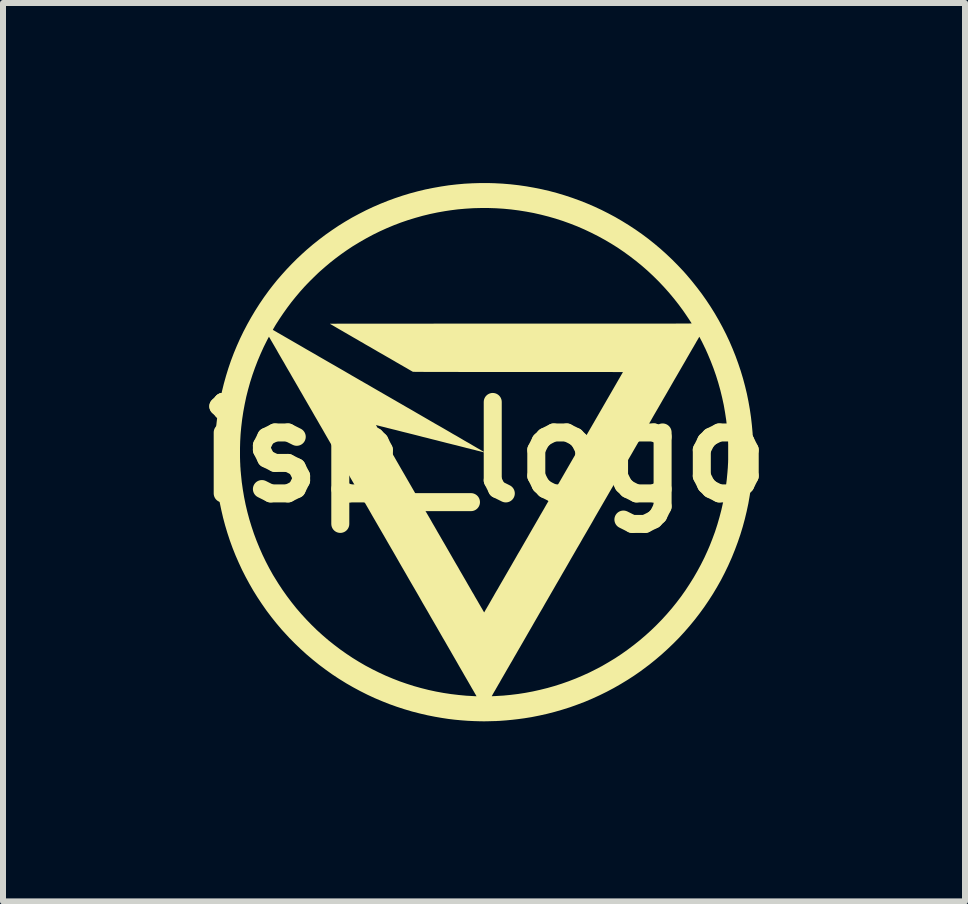
<source format=kicad_pcb>
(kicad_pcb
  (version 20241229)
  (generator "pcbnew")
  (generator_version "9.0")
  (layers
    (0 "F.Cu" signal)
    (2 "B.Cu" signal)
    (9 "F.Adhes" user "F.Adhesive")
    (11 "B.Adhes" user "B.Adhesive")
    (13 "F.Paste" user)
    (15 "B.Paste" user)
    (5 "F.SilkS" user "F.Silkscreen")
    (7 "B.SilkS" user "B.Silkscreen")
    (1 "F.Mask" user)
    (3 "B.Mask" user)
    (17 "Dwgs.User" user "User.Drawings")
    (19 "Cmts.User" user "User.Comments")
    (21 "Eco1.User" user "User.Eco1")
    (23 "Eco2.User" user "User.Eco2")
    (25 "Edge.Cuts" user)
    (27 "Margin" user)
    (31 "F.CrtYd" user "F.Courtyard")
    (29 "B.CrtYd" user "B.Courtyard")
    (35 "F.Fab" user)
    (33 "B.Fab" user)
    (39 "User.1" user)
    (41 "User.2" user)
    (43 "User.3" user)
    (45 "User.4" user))
  (footprint "isp_logo"
    (layer "F.Cu")
    (at 5.015 4.482)
    (property "Reference" "isp_logo" (at 0 0 0) (layer "F.SilkS") (effects (font (size 1.524 1.524) (thickness 0.3))))
    (attr board_only exclude_from_pos_files exclude_from_bom)
    (fp_poly (pts (xy 0.072 -4.482) (xy 0.176 -4.479) (xy 0.31 -4.472) (xy 0.442 -4.461) (xy 0.575 -4.446) (xy 0.706 -4.427) (xy 0.836 -4.404) (xy 0.965 -4.378) (xy 1.094 -4.348) (xy 1.221 -4.314) (xy 1.347 -4.276) (xy 1.471 -4.235) (xy 1.595 -4.19) (xy 1.716 -4.142) (xy 1.837 -4.09) (xy 1.955 -4.035) (xy 2.072 -3.976) (xy 2.188 -3.914) (xy 2.301 -3.848) (xy 2.413 -3.779) (xy 2.523 -3.707) (xy 2.63 -3.632) (xy 2.736 -3.553) (xy 2.839 -3.471) (xy 2.94 -3.386) (xy 3.039 -3.297) (xy 3.135 -3.206) (xy 3.229 -3.111) (xy 3.321 -3.014) (xy 3.375 -2.953) (xy 3.461 -2.851) (xy 3.544 -2.747) (xy 3.624 -2.642) (xy 3.701 -2.533) (xy 3.774 -2.423) (xy 3.844 -2.311) (xy 3.91 -2.197) (xy 3.973 -2.081) (xy 4.033 -1.963) (xy 4.089 -1.844) (xy 4.141 -1.723) (xy 4.19 -1.601) (xy 4.235 -1.477) (xy 4.277 -1.352) (xy 4.315 -1.226) (xy 4.349 -1.099) (xy 4.38 -0.97) (xy 4.406 -0.841) (xy 4.429 -0.711) (xy 4.448 -0.58) (xy 4.463 -0.448) (xy 4.475 -0.315) (xy 4.476 -0.293) (xy 4.478 -0.269) (xy 4.479 -0.248) (xy 4.48 -0.229) (xy 4.481 -0.21) (xy 4.482 -0.193) (xy 4.482 -0.175) (xy 4.483 -0.156) (xy 4.483 -0.137) (xy 4.484 -0.115) (xy 4.484 -0.091) (xy 4.484 -0.065) (xy 4.485 -0.04) (xy 4.485 0.006) (xy 4.485 0.049) (xy 4.485 0.09) (xy 4.484 0.128) (xy 4.483 0.165) (xy 4.482 0.202) (xy 4.48 0.239) (xy 4.478 0.276) (xy 4.475 0.315) (xy 4.474 0.326) (xy 4.462 0.46) (xy 4.447 0.594) (xy 4.427 0.726) (xy 4.404 0.858) (xy 4.376 0.989) (xy 4.345 1.118) (xy 4.31 1.247) (xy 4.271 1.375) (xy 4.228 1.501) (xy 4.181 1.627) (xy 4.131 1.751) (xy 4.121 1.774) (xy 4.067 1.895) (xy 4.009 2.015) (xy 3.948 2.133) (xy 3.883 2.248) (xy 3.815 2.362) (xy 3.743 2.474) (xy 3.669 2.583) (xy 3.591 2.69) (xy 3.51 2.795) (xy 3.426 2.897) (xy 3.339 2.997) (xy 3.249 3.095) (xy 3.156 3.189) (xy 3.06 3.281) (xy 2.961 3.371) (xy 2.86 3.457) (xy 2.756 3.541) (xy 2.649 3.621) (xy 2.612 3.649) (xy 2.502 3.725) (xy 2.391 3.797) (xy 2.277 3.866) (xy 2.162 3.932) (xy 2.045 3.994) (xy 1.925 4.053) (xy 1.805 4.108) (xy 1.683 4.16) (xy 1.559 4.207) (xy 1.434 4.252) (xy 1.307 4.292) (xy 1.179 4.329) (xy 1.051 4.362) (xy 0.921 4.391) (xy 0.79 4.417) (xy 0.678 4.435) (xy 0.576 4.449) (xy 0.473 4.461) (xy 0.369 4.471) (xy 0.263 4.479) (xy 0.217 4.481) (xy 0.207 4.482) (xy 0.194 4.482) (xy 0.179 4.483) (xy 0.162 4.483) (xy 0.143 4.484) (xy 0.123 4.484) (xy 0.103 4.485) (xy 0.083 4.485) (xy 0.064 4.486) (xy 0.046 4.486) (xy 0.029 4.486) (xy 0.014 4.487) (xy 0.002 4.487) (xy -0.008 4.487) (xy -0.014 4.487) (xy -0.014 4.487) (xy -0.02 4.487) (xy -0.028 4.486) (xy -0.039 4.486) (xy -0.051 4.486) (xy -0.063 4.486) (xy -0.166 4.483) (xy -0.272 4.478) (xy -0.379 4.47) (xy -0.486 4.46) (xy -0.594 4.447) (xy -0.7 4.431) (xy -0.804 4.413) (xy -0.811 4.412) (xy -0.942 4.386) (xy -1.071 4.356) (xy -1.2 4.323) (xy -1.328 4.285) (xy -1.454 4.244) (xy -1.58 4.199) (xy -1.703 4.15) (xy -1.826 4.098) (xy -1.946 4.042) (xy -2.065 3.982) (xy -2.182 3.919) (xy -2.297 3.853) (xy -2.308 3.846) (xy -2.421 3.776) (xy -2.533 3.702) (xy -2.642 3.624) (xy -2.749 3.544) (xy -2.853 3.46) (xy -2.955 3.374) (xy -3.054 3.284) (xy -3.151 3.191) (xy -3.245 3.096) (xy -3.336 2.997) (xy -3.376 2.953) (xy -3.462 2.851) (xy -3.545 2.747) (xy -3.625 2.641) (xy -3.701 2.532) (xy -3.774 2.422) (xy -3.844 2.31) (xy -3.91 2.195) (xy -3.973 2.079) (xy -4.033 1.961) (xy -4.088 1.842) (xy -4.141 1.721) (xy -4.19 1.598) (xy -4.235 1.474) (xy -4.276 1.349) (xy -4.314 1.222) (xy -4.348 1.094) (xy -4.378 0.965) (xy -4.405 0.836) (xy -4.428 0.705) (xy -4.446 0.573) (xy -4.461 0.441) (xy -4.469 0.353) (xy -4.478 0.222) (xy -4.482 0.09) (xy -4.482 0.002) (xy -4.066 0.002) (xy -4.066 0.047) (xy -4.066 0.088) (xy -4.065 0.127) (xy -4.064 0.164) (xy -4.062 0.2) (xy -4.061 0.236) (xy -4.058 0.272) (xy -4.056 0.309) (xy -4.052 0.348) (xy -4.05 0.372) (xy -4.037 0.499) (xy -4.019 0.625) (xy -3.998 0.75) (xy -3.973 0.874) (xy -3.944 0.997) (xy -3.911 1.12) (xy -3.874 1.241) (xy -3.834 1.361) (xy -3.79 1.479) (xy -3.742 1.596) (xy -3.691 1.712) (xy -3.636 1.826) (xy -3.577 1.939) (xy -3.515 2.05) (xy -3.494 2.084) (xy -3.427 2.192) (xy -3.357 2.298) (xy -3.284 2.401) (xy -3.208 2.502) (xy -3.129 2.601) (xy -3.047 2.696) (xy -2.962 2.789) (xy -2.875 2.879) (xy -2.785 2.967) (xy -2.692 3.051) (xy -2.597 3.133) (xy -2.499 3.211) (xy -2.399 3.287) (xy -2.297 3.359) (xy -2.192 3.429) (xy -2.085 3.495) (xy -1.977 3.558) (xy -1.866 3.617) (xy -1.753 3.673) (xy -1.639 3.726) (xy -1.522 3.775) (xy -1.404 3.821) (xy -1.291 3.86) (xy -1.17 3.899) (xy -1.048 3.933) (xy -0.925 3.964) (xy -0.8 3.991) (xy -0.675 4.014) (xy -0.549 4.033) (xy -0.422 4.048) (xy -0.295 4.06) (xy -0.167 4.067) (xy -0.166 4.067) (xy -0.154 4.068) (xy -0.144 4.068) (xy -0.135 4.069) (xy -0.13 4.069) (xy -0.127 4.069) (xy -0.126 4.068) (xy -0.126 4.067) (xy -0.126 4.066) (xy 0.129 4.066) (xy 0.13 4.068) (xy 0.135 4.068) (xy 0.14 4.068) (xy 0.146 4.068) (xy 0.155 4.067) (xy 0.166 4.067) (xy 0.179 4.066) (xy 0.193 4.066) (xy 0.201 4.065) (xy 0.323 4.058) (xy 0.446 4.046) (xy 0.569 4.031) (xy 0.691 4.012) (xy 0.813 3.989) (xy 0.934 3.962) (xy 1.055 3.932) (xy 1.175 3.898) (xy 1.294 3.86) (xy 1.411 3.819) (xy 1.527 3.774) (xy 1.642 3.725) (xy 1.755 3.674) (xy 1.866 3.618) (xy 1.965 3.566) (xy 2.075 3.502) (xy 2.184 3.436) (xy 2.29 3.366) (xy 2.393 3.293) (xy 2.494 3.217) (xy 2.593 3.138) (xy 2.688 3.057) (xy 2.782 2.972) (xy 2.872 2.885) (xy 2.96 2.795) (xy 3.045 2.702) (xy 3.127 2.607) (xy 3.206 2.509) (xy 3.282 2.409) (xy 3.355 2.306) (xy 3.424 2.201) (xy 3.491 2.094) (xy 3.554 1.985) (xy 3.614 1.874) (xy 3.671 1.761) (xy 3.724 1.645) (xy 3.759 1.564) (xy 3.805 1.447) (xy 3.849 1.328) (xy 3.888 1.207) (xy 3.923 1.086) (xy 3.955 0.963) (xy 3.983 0.839) (xy 4.007 0.715) (xy 4.028 0.589) (xy 4.044 0.463) (xy 4.056 0.337) (xy 4.06 0.285) (xy 4.062 0.262) (xy 4.063 0.241) (xy 4.064 0.222) (xy 4.065 0.203) (xy 4.066 0.185) (xy 4.067 0.167) (xy 4.067 0.149) (xy 4.068 0.129) (xy 4.068 0.108) (xy 4.068 0.085) (xy 4.068 0.059) (xy 4.068 0.031) (xy 4.068 0.002) (xy 4.068 -0.03) (xy 4.068 -0.058) (xy 4.068 -0.084) (xy 4.068 -0.106) (xy 4.068 -0.127) (xy 4.067 -0.147) (xy 4.067 -0.165) (xy 4.066 -0.183) (xy 4.065 -0.201) (xy 4.064 -0.22) (xy 4.063 -0.239) (xy 4.062 -0.26) (xy 4.06 -0.28) (xy 4.05 -0.407) (xy 4.035 -0.534) (xy 4.016 -0.659) (xy 3.994 -0.785) (xy 3.967 -0.909) (xy 3.937 -1.032) (xy 3.903 -1.154) (xy 3.865 -1.276) (xy 3.823 -1.396) (xy 3.777 -1.515) (xy 3.728 -1.632) (xy 3.707 -1.679) (xy 3.7 -1.695) (xy 3.692 -1.713) (xy 3.683 -1.732) (xy 3.673 -1.751) (xy 3.664 -1.771) (xy 3.654 -1.791) (xy 3.644 -1.811) (xy 3.635 -1.83) (xy 3.626 -1.848) (xy 3.617 -1.864) (xy 3.609 -1.88) (xy 3.602 -1.893) (xy 3.597 -1.904) (xy 3.592 -1.912) (xy 3.588 -1.918) (xy 3.587 -1.92) (xy 3.586 -1.92) (xy 3.585 -1.918) (xy 3.582 -1.913) (xy 3.578 -1.905) (xy 3.571 -1.893) (xy 3.562 -1.878) (xy 3.552 -1.86) (xy 3.539 -1.839) (xy 3.526 -1.815) (xy 3.51 -1.788) (xy 3.493 -1.758) (xy 3.474 -1.726) (xy 3.453 -1.69) (xy 3.431 -1.652) (xy 3.408 -1.612) (xy 3.383 -1.569) (xy 3.357 -1.523) (xy 3.329 -1.475) (xy 3.3 -1.425) (xy 3.27 -1.373) (xy 3.238 -1.318) (xy 3.205 -1.261) (xy 3.171 -1.203) (xy 3.136 -1.142) (xy 3.1 -1.079) (xy 3.063 -1.015) (xy 3.025 -0.949) (xy 2.985 -0.881) (xy 2.945 -0.811) (xy 2.904 -0.74) (xy 2.862 -0.668) (xy 2.819 -0.594) (xy 2.776 -0.518) (xy 2.732 -0.442) (xy 2.687 -0.364) (xy 2.641 -0.285) (xy 2.595 -0.205) (xy 2.548 -0.124) (xy 2.5 -0.041) (xy 2.453 0.041) (xy 2.404 0.125) (xy 2.355 0.21) (xy 2.306 0.295) (xy 2.257 0.381) (xy 2.207 0.467) (xy 2.157 0.554) (xy 2.106 0.641) (xy 2.056 0.728) (xy 2.005 0.816) (xy 1.954 0.904) (xy 1.903 0.992) (xy 1.852 1.08) (xy 1.802 1.169) (xy 1.751 1.257) (xy 1.7 1.345) (xy 1.649 1.432) (xy 1.599 1.52) (xy 1.548 1.607) (xy 1.498 1.694) (xy 1.448 1.78) (xy 1.399 1.866) (xy 1.35 1.951) (xy 1.301 2.035) (xy 1.253 2.119) (xy 1.205 2.201) (xy 1.158 2.283) (xy 1.111 2.364) (xy 1.065 2.444) (xy 1.019 2.523) (xy 0.975 2.601) (xy 0.93 2.677) (xy 0.887 2.752) (xy 0.844 2.826) (xy 0.803 2.898) (xy 0.762 2.969) (xy 0.722 3.038) (xy 0.683 3.106) (xy 0.645 3.172) (xy 0.608 3.236) (xy 0.572 3.298) (xy 0.537 3.359) (xy 0.503 3.417) (xy 0.471 3.474) (xy 0.439 3.528) (xy 0.409 3.58) (xy 0.38 3.63) (xy 0.353 3.677) (xy 0.327 3.722) (xy 0.302 3.765) (xy 0.279 3.805) (xy 0.258 3.843) (xy 0.237 3.878) (xy 0.219 3.91) (xy 0.202 3.939) (xy 0.187 3.966) (xy 0.173 3.989) (xy 0.161 4.01) (xy 0.151 4.027) (xy 0.143 4.042) (xy 0.137 4.053) (xy 0.132 4.061) (xy 0.129 4.065) (xy 0.129 4.066) (xy -0.126 4.066) (xy -0.127 4.065) (xy -0.13 4.06) (xy -0.135 4.051) (xy -0.142 4.039) (xy -0.151 4.024) (xy -0.161 4.006) (xy -0.173 3.985) (xy -0.187 3.961) (xy -0.203 3.934) (xy -0.22 3.904) (xy -0.239 3.871) (xy -0.259 3.836) (xy -0.281 3.798) (xy -0.305 3.757) (xy -0.33 3.714) (xy -0.356 3.668) (xy -0.384 3.62) (xy -0.413 3.57) (xy -0.443 3.517) (xy -0.474 3.463) (xy -0.507 3.406) (xy -0.541 3.347) (xy -0.576 3.286) (xy -0.612 3.224) (xy -0.649 3.159) (xy -0.688 3.093) (xy -0.727 3.025) (xy -0.767 2.955) (xy -0.808 2.884) (xy -0.85 2.812) (xy -0.893 2.738) (xy -0.936 2.662) (xy -0.981 2.585) (xy -1.026 2.508) (xy -1.071 2.428) (xy -1.117 2.348) (xy -1.164 2.267) (xy -1.212 2.185) (xy -1.26 2.102) (xy -1.308 2.018) (xy -1.357 1.934) (xy -1.406 1.849) (xy -1.455 1.763) (xy -1.505 1.676) (xy -1.555 1.59) (xy -1.606 1.502) (xy -1.656 1.415) (xy -1.707 1.327) (xy -1.758 1.239) (xy -1.809 1.151) (xy -1.86 1.063) (xy -1.91 0.975) (xy -1.961 0.887) (xy -2.012 0.799) (xy -2.063 0.711) (xy -2.113 0.623) (xy -2.164 0.536) (xy -2.214 0.45) (xy -2.263 0.363) (xy -2.313 0.278) (xy -2.362 0.193) (xy -2.411 0.108) (xy -2.459 0.025) (xy -2.507 -0.058) (xy -2.554 -0.14) (xy -2.601 -0.221) (xy -2.647 -0.301) (xy -2.692 -0.38) (xy -2.737 -0.457) (xy -2.781 -0.534) (xy -2.825 -0.609) (xy -2.867 -0.683) (xy -2.909 -0.755) (xy -2.95 -0.826) (xy -2.99 -0.895) (xy -3.029 -0.963) (xy -3.067 -1.028) (xy -3.104 -1.093) (xy -3.14 -1.155) (xy -3.175 -1.215) (xy -3.209 -1.274) (xy -3.241 -1.33) (xy -3.273 -1.384) (xy -3.303 -1.436) (xy -3.331 -1.486) (xy -3.359 -1.533) (xy -3.385 -1.578) (xy -3.41 -1.621) (xy -3.433 -1.661) (xy -3.454 -1.699) (xy -3.474 -1.733) (xy -3.493 -1.766) (xy -3.51 -1.795) (xy -3.525 -1.821) (xy -3.539 -1.845) (xy -3.551 -1.865) (xy -3.561 -1.883) (xy -3.569 -1.897) (xy -3.576 -1.908) (xy -3.58 -1.916) (xy -3.583 -1.92) (xy -3.583 -1.922) (xy -3.585 -1.92) (xy -3.587 -1.915) (xy -3.591 -1.908) (xy -3.597 -1.898) (xy -3.603 -1.886) (xy -3.61 -1.873) (xy -3.615 -1.863) (xy -3.671 -1.751) (xy -3.723 -1.636) (xy -3.772 -1.52) (xy -3.817 -1.403) (xy -3.859 -1.284) (xy -3.897 -1.164) (xy -3.931 -1.042) (xy -3.962 -0.92) (xy -3.988 -0.796) (xy -4.011 -0.672) (xy -4.03 -0.547) (xy -4.045 -0.421) (xy -4.05 -0.368) (xy -4.054 -0.327) (xy -4.057 -0.289) (xy -4.059 -0.253) (xy -4.061 -0.217) (xy -4.063 -0.181) (xy -4.064 -0.145) (xy -4.065 -0.107) (xy -4.066 -0.067) (xy -4.066 -0.024) (xy -4.066 0.002) (xy -4.482 0.002) (xy -4.483 -0.042) (xy -4.479 -0.174) (xy -4.472 -0.306) (xy -4.462 -0.437) (xy -4.447 -0.568) (xy -4.428 -0.697) (xy -4.42 -0.748) (xy -4.396 -0.88) (xy -4.367 -1.011) (xy -4.335 -1.14) (xy -4.299 -1.269) (xy -4.26 -1.396) (xy -4.217 -1.522) (xy -4.17 -1.646) (xy -4.119 -1.769) (xy -4.065 -1.89) (xy -4.007 -2.01) (xy -3.993 -2.036) (xy -3.518 -2.036) (xy -3.518 -2.036) (xy -3.516 -2.034) (xy -3.511 -2.031) (xy -3.503 -2.027) (xy -3.491 -2.02) (xy -3.476 -2.011) (xy -3.458 -2.001) (xy -3.437 -1.988) (xy -3.413 -1.975) (xy -3.386 -1.959) (xy -3.356 -1.942) (xy -3.324 -1.923) (xy -3.289 -1.903) (xy -3.251 -1.881) (xy -3.211 -1.858) (xy -3.168 -1.833) (xy -3.123 -1.807) (xy -3.076 -1.78) (xy -3.026 -1.751) (xy -2.975 -1.721) (xy -2.921 -1.69) (xy -2.865 -1.658) (xy -2.807 -1.625) (xy -2.748 -1.59) (xy -2.687 -1.555) (xy -2.623 -1.518) (xy -2.559 -1.481) (xy -2.492 -1.443) (xy -2.425 -1.404) (xy -2.355 -1.364) (xy -2.285 -1.323) (xy -2.213 -1.281) (xy -2.14 -1.239) (xy -2.066 -1.196) (xy -1.991 -1.153) (xy -1.914 -1.109) (xy -1.837 -1.064) (xy -1.759 -1.019) (xy -1.757 -1.018) (xy -1.655 -0.959) (xy -1.556 -0.902) (xy -1.461 -0.847) (xy -1.369 -0.794) (xy -1.281 -0.743) (xy -1.195 -0.694) (xy -1.113 -0.646) (xy -1.035 -0.601) (xy -0.959 -0.557) (xy -0.887 -0.515) (xy -0.818 -0.475) (xy -0.751 -0.437) (xy -0.688 -0.401) (xy -0.628 -0.366) (xy -0.571 -0.333) (xy -0.517 -0.301) (xy -0.465 -0.272) (xy -0.417 -0.244) (xy -0.371 -0.217) (xy -0.329 -0.192) (xy -0.289 -0.169) (xy -0.251 -0.148) (xy -0.217 -0.128) (xy -0.185 -0.109) (xy -0.156 -0.092) (xy -0.129 -0.076) (xy -0.105 -0.062) (xy -0.083 -0.05) (xy -0.064 -0.039) (xy -0.048 -0.029) (xy -0.033 -0.021) (xy -0.022 -0.014) (xy -0.012 -0.008) (xy -0.005 -0.004) (xy -0.000131 -0.001) (xy 0.002 0.001) (xy 0.003 0.002) (xy 0.002 0.004) (xy -0.001 0.005) (xy -0.003 0.004) (xy -0.009 0.003) (xy -0.019 0.000251) (xy -0.032 -0.003) (xy -0.048 -0.007) (xy -0.068 -0.012) (xy -0.091 -0.018) (xy -0.117 -0.024) (xy -0.146 -0.032) (xy -0.177 -0.04) (xy -0.212 -0.048) (xy -0.248 -0.058) (xy -0.288 -0.067) (xy -0.329 -0.078) (xy -0.373 -0.089) (xy -0.419 -0.101) (xy -0.466 -0.113) (xy -0.516 -0.125) (xy -0.567 -0.138) (xy -0.62 -0.151) (xy -0.674 -0.165) (xy -0.73 -0.179) (xy -0.787 -0.194) (xy -0.844 -0.208) (xy -0.903 -0.223) (xy -0.961 -0.238) (xy -1.019 -0.252) (xy -1.076 -0.267) (xy -1.131 -0.281) (xy -1.186 -0.295) (xy -1.238 -0.308) (xy -1.289 -0.321) (xy -1.339 -0.333) (xy -1.386 -0.345) (xy -1.432 -0.357) (xy -1.475 -0.368) (xy -1.517 -0.378) (xy -1.556 -0.388) (xy -1.593 -0.397) (xy -1.627 -0.406) (xy -1.658 -0.414) (xy -1.687 -0.421) (xy -1.712 -0.427) (xy -1.735 -0.433) (xy -1.755 -0.438) (xy -1.771 -0.442) (xy -1.784 -0.445) (xy -1.793 -0.448) (xy -1.799 -0.449) (xy -1.801 -0.45) (xy -1.8 -0.448) (xy -1.797 -0.443) (xy -1.792 -0.434) (xy -1.785 -0.423) (xy -1.777 -0.408) (xy -1.767 -0.39) (xy -1.755 -0.369) (xy -1.741 -0.345) (xy -1.725 -0.318) (xy -1.709 -0.289) (xy -1.69 -0.257) (xy -1.67 -0.222) (xy -1.649 -0.185) (xy -1.626 -0.145) (xy -1.601 -0.103) (xy -1.576 -0.058) (xy -1.549 -0.012) (xy -1.521 0.037) (xy -1.491 0.088) (xy -1.461 0.141) (xy -1.429 0.196) (xy -1.397 0.252) (xy -1.363 0.311) (xy -1.328 0.371) (xy -1.293 0.432) (xy -1.256 0.496) (xy -1.219 0.56) (xy -1.181 0.626) (xy -1.142 0.694) (xy -1.102 0.762) (xy -1.062 0.832) (xy -1.021 0.903) (xy -0.98 0.975) (xy -0.938 1.047) (xy -0.9 1.112) (xy -0.858 1.186) (xy -0.816 1.258) (xy -0.775 1.33) (xy -0.734 1.4) (xy -0.694 1.47) (xy -0.654 1.538) (xy -0.615 1.606) (xy -0.577 1.672) (xy -0.54 1.736) (xy -0.504 1.799) (xy -0.468 1.861) (xy -0.433 1.92) (xy -0.4 1.979) (xy -0.367 2.035) (xy -0.336 2.089) (xy -0.305 2.142) (xy -0.276 2.193) (xy -0.248 2.241) (xy -0.221 2.288) (xy -0.196 2.332) (xy -0.171 2.373) (xy -0.149 2.413) (xy -0.127 2.45) (xy -0.107 2.484) (xy -0.089 2.516) (xy -0.072 2.545) (xy -0.057 2.571) (xy -0.043 2.595) (xy -0.031 2.615) (xy -0.021 2.633) (xy -0.013 2.647) (xy -0.006 2.658) (xy -0.002 2.666) (xy 0.001 2.671) (xy 0.002 2.672) (xy 0.003 2.671) (xy 0.006 2.665) (xy 0.011 2.657) (xy 0.018 2.645) (xy 0.026 2.63) (xy 0.037 2.612) (xy 0.049 2.591) (xy 0.063 2.567) (xy 0.079 2.54) (xy 0.096 2.51) (xy 0.115 2.477) (xy 0.135 2.442) (xy 0.157 2.404) (xy 0.18 2.363) (xy 0.205 2.32) (xy 0.232 2.275) (xy 0.259 2.227) (xy 0.288 2.177) (xy 0.319 2.124) (xy 0.35 2.07) (xy 0.383 2.013) (xy 0.417 1.954) (xy 0.452 1.894) (xy 0.488 1.831) (xy 0.525 1.767) (xy 0.563 1.7) (xy 0.603 1.633) (xy 0.643 1.563) (xy 0.684 1.492) (xy 0.726 1.42) (xy 0.768 1.346) (xy 0.812 1.27) (xy 0.856 1.194) (xy 0.901 1.116) (xy 0.946 1.037) (xy 0.993 0.957) (xy 1.039 0.876) (xy 1.087 0.794) (xy 1.135 0.711) (xy 1.159 0.669) (xy 2.315 -1.333) (xy 0.567 -1.334) (xy 0.465 -1.334) (xy 0.367 -1.334) (xy 0.273 -1.334) (xy 0.182 -1.334) (xy 0.096 -1.334) (xy 0.013 -1.334) (xy -0.067 -1.334) (xy -0.143 -1.334) (xy -0.216 -1.334) (xy -0.285 -1.334) (xy -0.351 -1.334) (xy -0.414 -1.334) (xy -0.473 -1.335) (xy -0.53 -1.335) (xy -0.584 -1.335) (xy -0.635 -1.335) (xy -0.683 -1.335) (xy -0.728 -1.335) (xy -0.771 -1.335) (xy -0.811 -1.335) (xy -0.848 -1.335) (xy -0.883 -1.335) (xy -0.916 -1.335) (xy -0.946 -1.335) (xy -0.975 -1.335) (xy -1.001 -1.335) (xy -1.024 -1.336) (xy -1.046 -1.336) (xy -1.066 -1.336) (xy -1.085 -1.336) (xy -1.101 -1.336) (xy -1.116 -1.336) (xy -1.129 -1.336) (xy -1.14 -1.336) (xy -1.15 -1.336) (xy -1.159 -1.337) (xy -1.166 -1.337) (xy -1.172 -1.337) (xy -1.177 -1.337) (xy -1.181 -1.337) (xy -1.183 -1.337) (xy -1.185 -1.337) (xy -1.186 -1.338) (xy -1.186 -1.338) (xy -1.191 -1.34) (xy -1.199 -1.345) (xy -1.21 -1.351) (xy -1.224 -1.359) (xy -1.241 -1.369) (xy -1.26 -1.38) (xy -1.282 -1.393) (xy -1.306 -1.407) (xy -1.333 -1.422) (xy -1.361 -1.439) (xy -1.392 -1.456) (xy -1.424 -1.475) (xy -1.458 -1.494) (xy -1.493 -1.515) (xy -1.53 -1.536) (xy -1.567 -1.558) (xy -1.606 -1.58) (xy -1.646 -1.603) (xy -1.687 -1.627) (xy -1.728 -1.65) (xy -1.77 -1.674) (xy -1.812 -1.699) (xy -1.854 -1.723) (xy -1.896 -1.748) (xy -1.939 -1.772) (xy -1.981 -1.796) (xy -2.022 -1.821) (xy -2.064 -1.844) (xy -2.104 -1.868) (xy -2.144 -1.891) (xy -2.183 -1.913) (xy -2.22 -1.935) (xy -2.257 -1.956) (xy -2.292 -1.977) (xy -2.326 -1.996) (xy -2.358 -2.015) (xy -2.388 -2.032) (xy -2.417 -2.049) (xy -2.443 -2.064) (xy -2.467 -2.078) (xy -2.489 -2.091) (xy -2.508 -2.102) (xy -2.525 -2.112) (xy -2.539 -2.12) (xy -2.55 -2.126) (xy -2.558 -2.131) (xy -2.563 -2.133) (xy -2.564 -2.134) (xy -2.565 -2.137) (xy -2.564 -2.138) (xy -2.562 -2.138) (xy -2.556 -2.138) (xy -2.547 -2.138) (xy -2.533 -2.138) (xy -2.516 -2.138) (xy -2.495 -2.138) (xy -2.47 -2.138) (xy -2.442 -2.139) (xy -2.41 -2.139) (xy -2.376 -2.139) (xy -2.337 -2.139) (xy -2.296 -2.139) (xy -2.251 -2.139) (xy -2.203 -2.139) (xy -2.153 -2.139) (xy -2.099 -2.139) (xy -2.042 -2.139) (xy -1.983 -2.139) (xy -1.921 -2.139) (xy -1.856 -2.139) (xy -1.788 -2.139) (xy -1.718 -2.139) (xy -1.646 -2.139) (xy -1.571 -2.139) (xy -1.493 -2.139) (xy -1.414 -2.139) (xy -1.332 -2.139) (xy -1.248 -2.139) (xy -1.162 -2.139) (xy -1.074 -2.139) (xy -0.984 -2.139) (xy -0.892 -2.139) (xy -0.799 -2.14) (xy -0.704 -2.14) (xy -0.607 -2.14) (xy -0.508 -2.14) (xy -0.408 -2.14) (xy -0.307 -2.14) (xy -0.204 -2.14) (xy -0.1 -2.14) (xy 0.006 -2.14) (xy 0.112 -2.14) (xy 0.22 -2.14) (xy 0.329 -2.14) (xy 0.438 -2.14) (xy 0.582 -2.14) (xy 0.711 -2.14) (xy 0.836 -2.14) (xy 0.958 -2.14) (xy 1.076 -2.14) (xy 1.19 -2.14) (xy 1.301 -2.14) (xy 1.407 -2.14) (xy 1.511 -2.14) (xy 1.611 -2.14) (xy 1.707 -2.14) (xy 1.8 -2.14) (xy 1.89 -2.14) (xy 1.977 -2.14) (xy 2.06 -2.14) (xy 2.14 -2.14) (xy 2.218 -2.14) (xy 2.292 -2.14) (xy 2.363 -2.14) (xy 2.431 -2.14) (xy 2.497 -2.14) (xy 2.56 -2.14) (xy 2.62 -2.14) (xy 2.677 -2.14) (xy 2.732 -2.14) (xy 2.784 -2.14) (xy 2.834 -2.14) (xy 2.881 -2.14) (xy 2.926 -2.14) (xy 2.968 -2.14) (xy 3.009 -2.14) (xy 3.047 -2.14) (xy 3.083 -2.14) (xy 3.117 -2.14) (xy 3.149 -2.14) (xy 3.179 -2.14) (xy 3.207 -2.141) (xy 3.233 -2.141) (xy 3.257 -2.141) (xy 3.28 -2.141) (xy 3.301 -2.141) (xy 3.32 -2.141) (xy 3.338 -2.141) (xy 3.354 -2.141) (xy 3.369 -2.141) (xy 3.383 -2.141) (xy 3.395 -2.141) (xy 3.406 -2.141) (xy 3.415 -2.141) (xy 3.424 -2.142) (xy 3.431 -2.142) (xy 3.438 -2.142) (xy 3.443 -2.142) (xy 3.448 -2.142) (xy 3.451 -2.142) (xy 3.454 -2.142) (xy 3.456 -2.142) (xy 3.458 -2.142) (xy 3.458 -2.143) (xy 3.459 -2.143) (xy 3.459 -2.143) (xy 3.457 -2.147) (xy 3.453 -2.154) (xy 3.447 -2.163) (xy 3.439 -2.175) (xy 3.43 -2.189) (xy 3.42 -2.205) (xy 3.409 -2.221) (xy 3.397 -2.239) (xy 3.385 -2.257) (xy 3.373 -2.275) (xy 3.36 -2.294) (xy 3.348 -2.312) (xy 3.336 -2.329) (xy 3.325 -2.345) (xy 3.316 -2.358) (xy 3.24 -2.461) (xy 3.161 -2.561) (xy 3.08 -2.658) (xy 2.995 -2.753) (xy 2.908 -2.845) (xy 2.818 -2.934) (xy 2.726 -3.02) (xy 2.631 -3.103) (xy 2.533 -3.183) (xy 2.433 -3.26) (xy 2.331 -3.334) (xy 2.227 -3.405) (xy 2.12 -3.472) (xy 2.011 -3.536) (xy 1.9 -3.597) (xy 1.787 -3.654) (xy 1.673 -3.708) (xy 1.556 -3.759) (xy 1.551 -3.761) (xy 1.433 -3.807) (xy 1.314 -3.85) (xy 1.193 -3.889) (xy 1.071 -3.924) (xy 0.949 -3.955) (xy 0.826 -3.983) (xy 0.702 -4.006) (xy 0.577 -4.026) (xy 0.452 -4.042) (xy 0.326 -4.054) (xy 0.2 -4.062) (xy 0.074 -4.066) (xy -0.053 -4.066) (xy -0.179 -4.063) (xy -0.306 -4.055) (xy -0.433 -4.044) (xy -0.559 -4.028) (xy -0.651 -4.014) (xy -0.776 -3.992) (xy -0.9 -3.966) (xy -1.023 -3.936) (xy -1.144 -3.902) (xy -1.265 -3.865) (xy -1.385 -3.824) (xy -1.503 -3.779) (xy -1.62 -3.73) (xy -1.735 -3.678) (xy -1.849 -3.622) (xy -1.961 -3.562) (xy -2.071 -3.499) (xy -2.18 -3.433) (xy -2.196 -3.423) (xy -2.289 -3.361) (xy -2.38 -3.297) (xy -2.47 -3.23) (xy -2.558 -3.161) (xy -2.646 -3.087) (xy -2.733 -3.011) (xy -2.758 -2.988) (xy -2.77 -2.977) (xy -2.784 -2.963) (xy -2.8 -2.948) (xy -2.818 -2.93) (xy -2.837 -2.912) (xy -2.857 -2.892) (xy -2.877 -2.872) (xy -2.897 -2.853) (xy -2.916 -2.833) (xy -2.934 -2.815) (xy -2.951 -2.797) (xy -2.966 -2.782) (xy -2.978 -2.768) (xy -2.983 -2.764) (xy -3.062 -2.676) (xy -3.137 -2.587) (xy -3.209 -2.498) (xy -3.278 -2.406) (xy -3.345 -2.312) (xy -3.389 -2.247) (xy -3.403 -2.226) (xy -3.417 -2.205) (xy -3.43 -2.184) (xy -3.443 -2.164) (xy -3.456 -2.144) (xy -3.468 -2.125) (xy -3.479 -2.107) (xy -3.489 -2.09) (xy -3.497 -2.075) (xy -3.505 -2.062) (xy -3.511 -2.052) (xy -3.515 -2.043) (xy -3.518 -2.038) (xy -3.518 -2.036) (xy -3.993 -2.036) (xy -3.945 -2.128) (xy -3.88 -2.244) (xy -3.812 -2.358) (xy -3.74 -2.471) (xy -3.665 -2.581) (xy -3.586 -2.69) (xy -3.522 -2.773) (xy -3.447 -2.866) (xy -3.368 -2.957) (xy -3.287 -3.047) (xy -3.202 -3.136) (xy -3.116 -3.222) (xy -3.027 -3.305) (xy -2.955 -3.37) (xy -2.853 -3.457) (xy -2.749 -3.54) (xy -2.643 -3.62) (xy -2.535 -3.696) (xy -2.425 -3.77) (xy -2.314 -3.839) (xy -2.2 -3.906) (xy -2.084 -3.968) (xy -1.967 -4.028) (xy -1.848 -4.084) (xy -1.728 -4.136) (xy -1.606 -4.185) (xy -1.483 -4.23) (xy -1.358 -4.272) (xy -1.233 -4.31) (xy -1.106 -4.344) (xy -0.978 -4.375) (xy -0.849 -4.401) (xy -0.72 -4.424) (xy -0.589 -4.444) (xy -0.458 -4.459) (xy -0.327 -4.471) (xy -0.194 -4.478) (xy -0.061 -4.482)) (stroke (width 0) (type solid)) (fill yes) (layer "F.SilkS")))
  (gr_rect
    (start -3 -3)
    (end 13.029 11.969)
    (stroke (width 0.1) (type default))
    (fill no)
    (layer "Edge.Cuts")))
</source>
